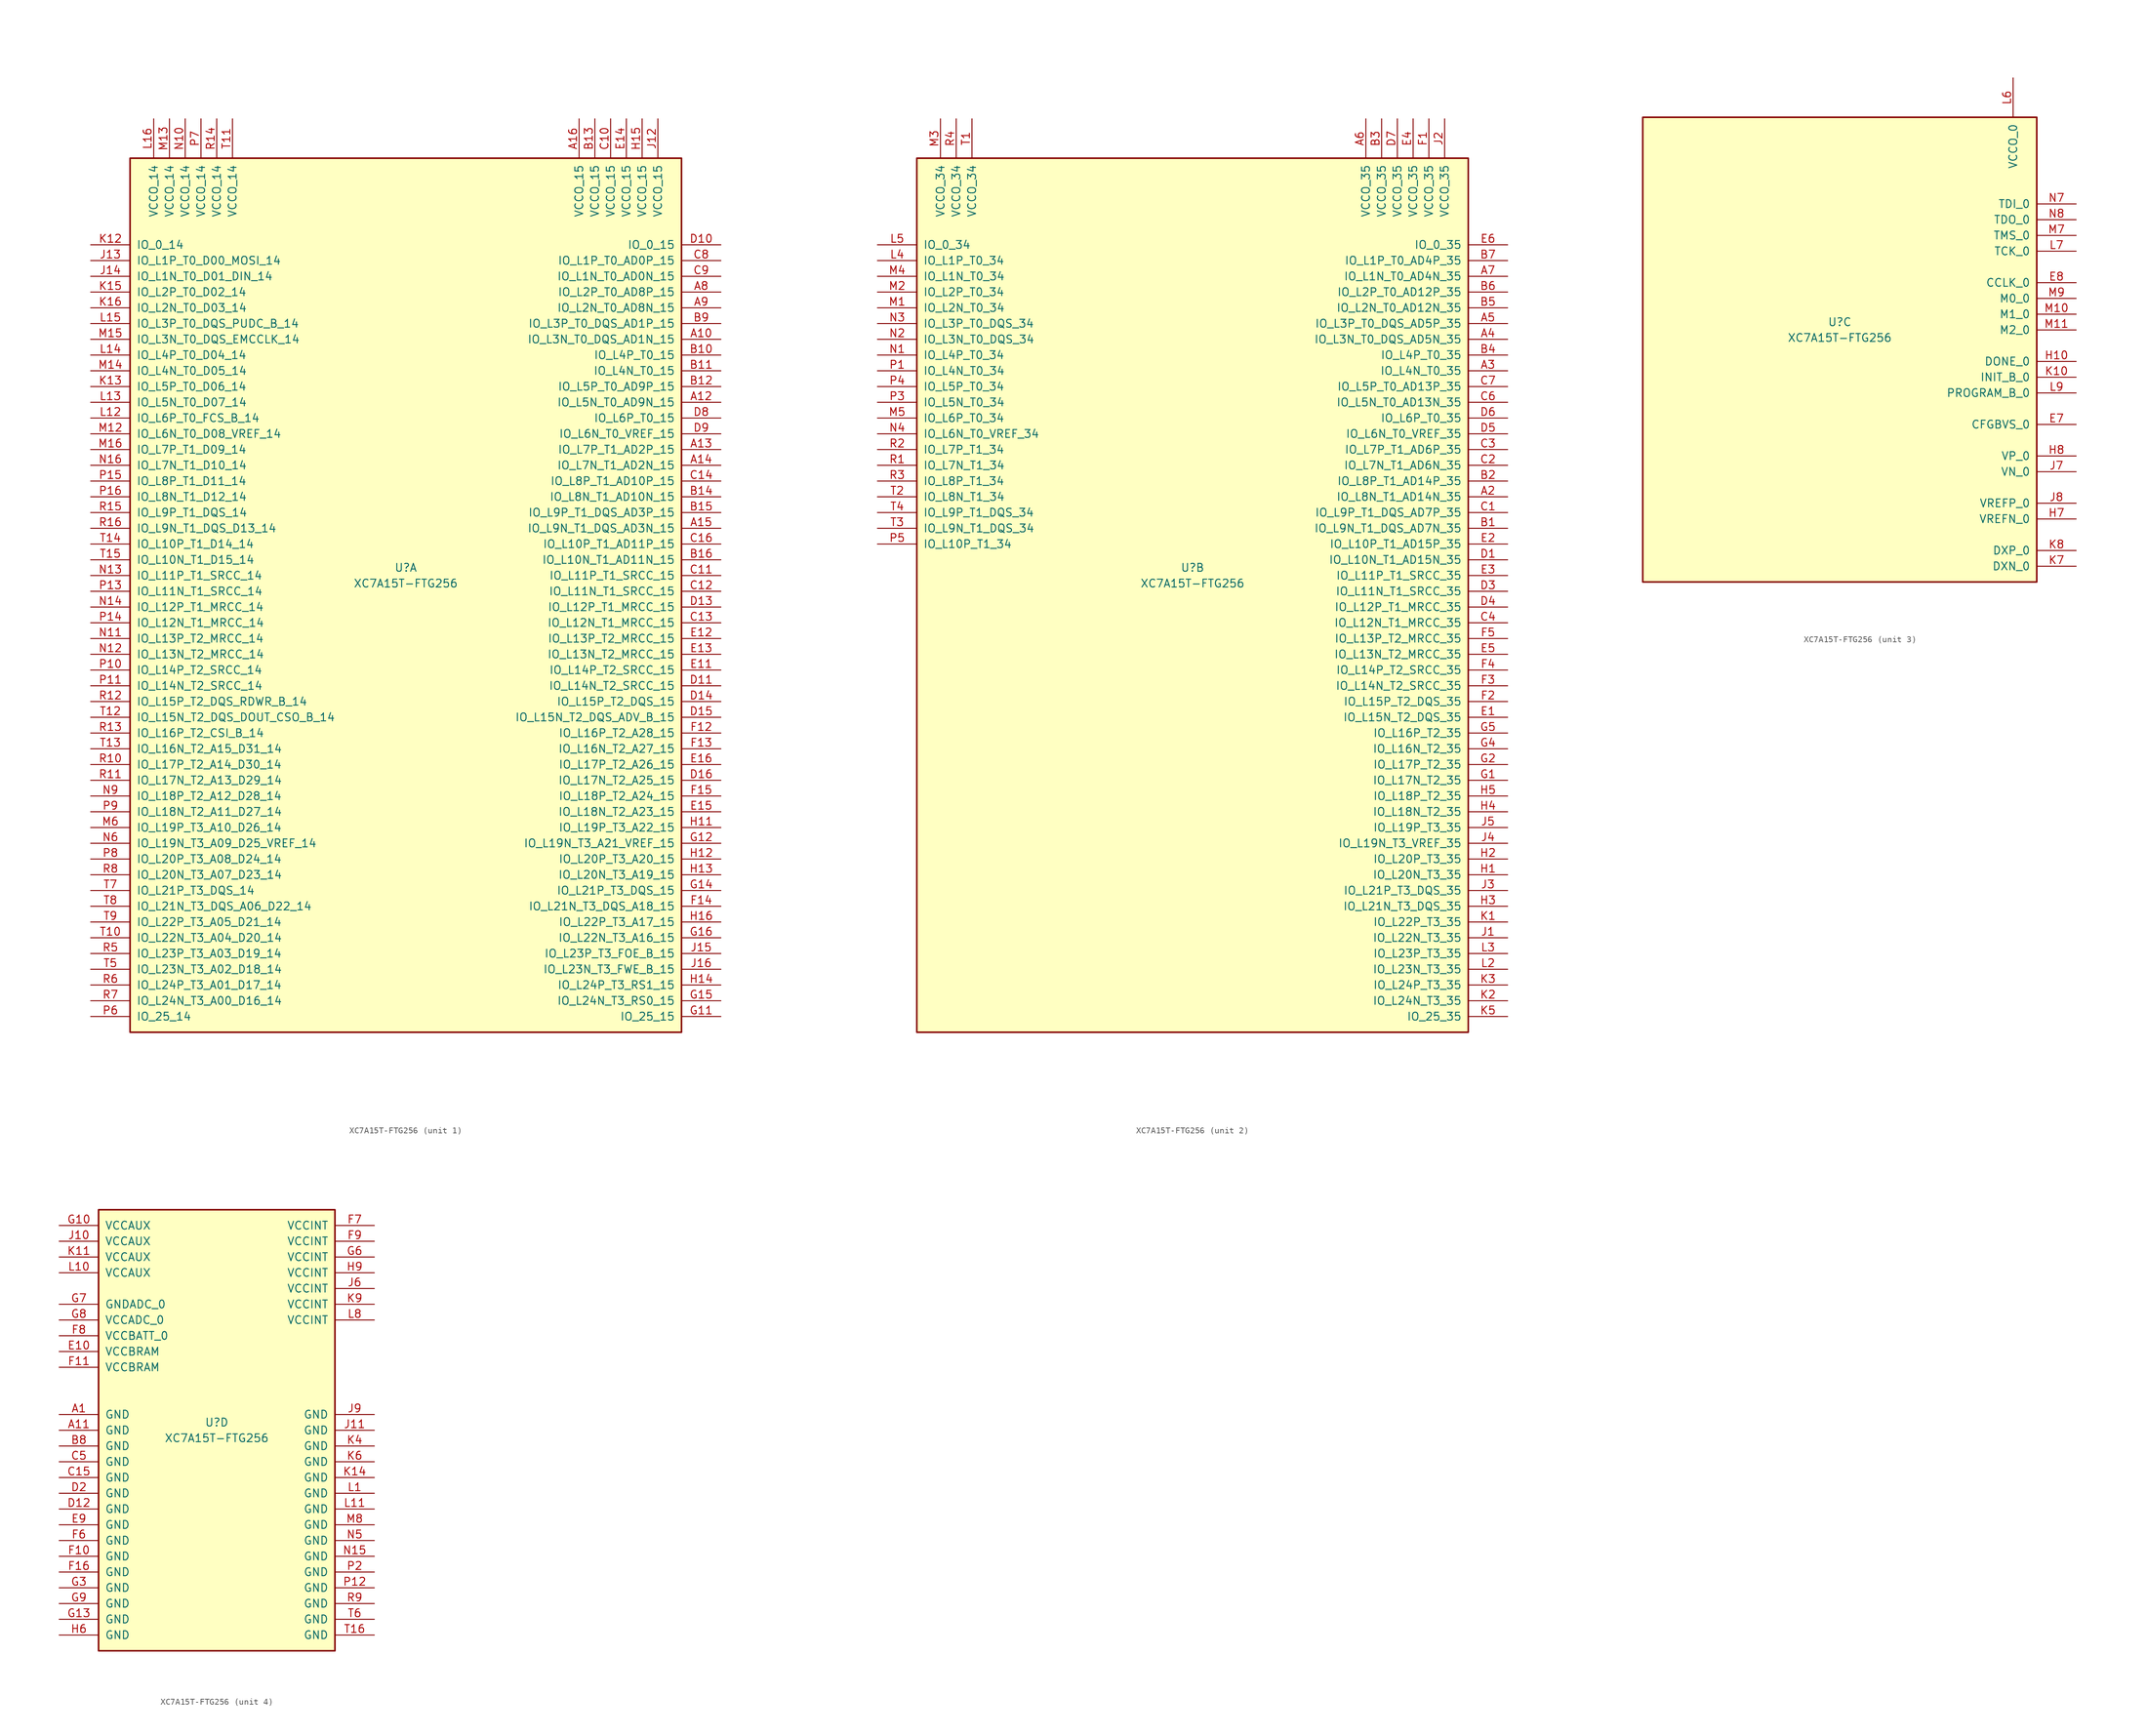
<source format=kicad_sym>
(kicad_symbol_lib
  (version 20201005)
  (generator kicad_symbol_editor)
  (symbol "XC7A15T-FTG256"
    (pin_names
      (offset 1.016))
    (property "Reference" "U"
      (at 0 1.27 0)
      (effects (font (size 1.27 1.27))))
    (property "Value" "XC7A15T-FTG256"
      (at 0 -1.27 0)
      (effects (font (size 1.27 1.27))))
    (property "Datasheet" ""
      (at 0 0 0)
      (effects (font (size 1.27 1.27))))
    (property "ki_locked" ""
      (at 0 0 0)
      (effects (font (size 1.27 1.27))))
    (symbol "XC7A15T-FTG256_1_1"
      (rectangle (start -44.45 67.31) (end 44.45 -73.66) (stroke (width 0.254)) (fill (type background)))
      (pin bidirectional line (at 50.8 38.1 180) (length 6.35) (name "IO_L3N_T0_DQS_AD1N_15" (effects (font (size 1.27 1.27)))) (number "A10" (effects (font (size 1.27 1.27)))))
      (pin bidirectional line (at 50.8 27.94 180) (length 6.35) (name "IO_L5N_T0_AD9N_15" (effects (font (size 1.27 1.27)))) (number "A12" (effects (font (size 1.27 1.27)))))
      (pin bidirectional line (at 50.8 20.32 180) (length 6.35) (name "IO_L7P_T1_AD2P_15" (effects (font (size 1.27 1.27)))) (number "A13" (effects (font (size 1.27 1.27)))))
      (pin bidirectional line (at 50.8 17.78 180) (length 6.35) (name "IO_L7N_T1_AD2N_15" (effects (font (size 1.27 1.27)))) (number "A14" (effects (font (size 1.27 1.27)))))
      (pin bidirectional line (at 50.8 7.62 180) (length 6.35) (name "IO_L9N_T1_DQS_AD3N_15" (effects (font (size 1.27 1.27)))) (number "A15" (effects (font (size 1.27 1.27)))))
      (pin power_in line (at 27.94 73.66 270) (length 6.35) (name "VCCO_15" (effects (font (size 1.27 1.27)))) (number "A16" (effects (font (size 1.27 1.27)))))
      (pin bidirectional line (at 50.8 45.72 180) (length 6.35) (name "IO_L2P_T0_AD8P_15" (effects (font (size 1.27 1.27)))) (number "A8" (effects (font (size 1.27 1.27)))))
      (pin bidirectional line (at 50.8 43.18 180) (length 6.35) (name "IO_L2N_T0_AD8N_15" (effects (font (size 1.27 1.27)))) (number "A9" (effects (font (size 1.27 1.27)))))
      (pin bidirectional line (at 50.8 35.56 180) (length 6.35) (name "IO_L4P_T0_15" (effects (font (size 1.27 1.27)))) (number "B10" (effects (font (size 1.27 1.27)))))
      (pin bidirectional line (at 50.8 33.02 180) (length 6.35) (name "IO_L4N_T0_15" (effects (font (size 1.27 1.27)))) (number "B11" (effects (font (size 1.27 1.27)))))
      (pin bidirectional line (at 50.8 30.48 180) (length 6.35) (name "IO_L5P_T0_AD9P_15" (effects (font (size 1.27 1.27)))) (number "B12" (effects (font (size 1.27 1.27)))))
      (pin power_in line (at 30.48 73.66 270) (length 6.35) (name "VCCO_15" (effects (font (size 1.27 1.27)))) (number "B13" (effects (font (size 1.27 1.27)))))
      (pin bidirectional line (at 50.8 12.7 180) (length 6.35) (name "IO_L8N_T1_AD10N_15" (effects (font (size 1.27 1.27)))) (number "B14" (effects (font (size 1.27 1.27)))))
      (pin bidirectional line (at 50.8 10.16 180) (length 6.35) (name "IO_L9P_T1_DQS_AD3P_15" (effects (font (size 1.27 1.27)))) (number "B15" (effects (font (size 1.27 1.27)))))
      (pin bidirectional line (at 50.8 2.54 180) (length 6.35) (name "IO_L10N_T1_AD11N_15" (effects (font (size 1.27 1.27)))) (number "B16" (effects (font (size 1.27 1.27)))))
      (pin bidirectional line (at 50.8 40.64 180) (length 6.35) (name "IO_L3P_T0_DQS_AD1P_15" (effects (font (size 1.27 1.27)))) (number "B9" (effects (font (size 1.27 1.27)))))
      (pin power_in line (at 33.02 73.66 270) (length 6.35) (name "VCCO_15" (effects (font (size 1.27 1.27)))) (number "C10" (effects (font (size 1.27 1.27)))))
      (pin bidirectional line (at 50.8 0 180) (length 6.35) (name "IO_L11P_T1_SRCC_15" (effects (font (size 1.27 1.27)))) (number "C11" (effects (font (size 1.27 1.27)))))
      (pin bidirectional line (at 50.8 -2.54 180) (length 6.35) (name "IO_L11N_T1_SRCC_15" (effects (font (size 1.27 1.27)))) (number "C12" (effects (font (size 1.27 1.27)))))
      (pin bidirectional line (at 50.8 -7.62 180) (length 6.35) (name "IO_L12N_T1_MRCC_15" (effects (font (size 1.27 1.27)))) (number "C13" (effects (font (size 1.27 1.27)))))
      (pin bidirectional line (at 50.8 15.24 180) (length 6.35) (name "IO_L8P_T1_AD10P_15" (effects (font (size 1.27 1.27)))) (number "C14" (effects (font (size 1.27 1.27)))))
      (pin bidirectional line (at 50.8 5.08 180) (length 6.35) (name "IO_L10P_T1_AD11P_15" (effects (font (size 1.27 1.27)))) (number "C16" (effects (font (size 1.27 1.27)))))
      (pin bidirectional line (at 50.8 50.8 180) (length 6.35) (name "IO_L1P_T0_AD0P_15" (effects (font (size 1.27 1.27)))) (number "C8" (effects (font (size 1.27 1.27)))))
      (pin bidirectional line (at 50.8 48.26 180) (length 6.35) (name "IO_L1N_T0_AD0N_15" (effects (font (size 1.27 1.27)))) (number "C9" (effects (font (size 1.27 1.27)))))
      (pin bidirectional line (at 50.8 53.34 180) (length 6.35) (name "IO_0_15" (effects (font (size 1.27 1.27)))) (number "D10" (effects (font (size 1.27 1.27)))))
      (pin bidirectional line (at 50.8 -17.78 180) (length 6.35) (name "IO_L14N_T2_SRCC_15" (effects (font (size 1.27 1.27)))) (number "D11" (effects (font (size 1.27 1.27)))))
      (pin bidirectional line (at 50.8 -5.08 180) (length 6.35) (name "IO_L12P_T1_MRCC_15" (effects (font (size 1.27 1.27)))) (number "D13" (effects (font (size 1.27 1.27)))))
      (pin bidirectional line (at 50.8 -20.32 180) (length 6.35) (name "IO_L15P_T2_DQS_15" (effects (font (size 1.27 1.27)))) (number "D14" (effects (font (size 1.27 1.27)))))
      (pin bidirectional line (at 50.8 -22.86 180) (length 6.35) (name "IO_L15N_T2_DQS_ADV_B_15" (effects (font (size 1.27 1.27)))) (number "D15" (effects (font (size 1.27 1.27)))))
      (pin bidirectional line (at 50.8 -33.02 180) (length 6.35) (name "IO_L17N_T2_A25_15" (effects (font (size 1.27 1.27)))) (number "D16" (effects (font (size 1.27 1.27)))))
      (pin bidirectional line (at 50.8 25.4 180) (length 6.35) (name "IO_L6P_T0_15" (effects (font (size 1.27 1.27)))) (number "D8" (effects (font (size 1.27 1.27)))))
      (pin bidirectional line (at 50.8 22.86 180) (length 6.35) (name "IO_L6N_T0_VREF_15" (effects (font (size 1.27 1.27)))) (number "D9" (effects (font (size 1.27 1.27)))))
      (pin bidirectional line (at 50.8 -15.24 180) (length 6.35) (name "IO_L14P_T2_SRCC_15" (effects (font (size 1.27 1.27)))) (number "E11" (effects (font (size 1.27 1.27)))))
      (pin bidirectional line (at 50.8 -10.16 180) (length 6.35) (name "IO_L13P_T2_MRCC_15" (effects (font (size 1.27 1.27)))) (number "E12" (effects (font (size 1.27 1.27)))))
      (pin bidirectional line (at 50.8 -12.7 180) (length 6.35) (name "IO_L13N_T2_MRCC_15" (effects (font (size 1.27 1.27)))) (number "E13" (effects (font (size 1.27 1.27)))))
      (pin power_in line (at 35.56 73.66 270) (length 6.35) (name "VCCO_15" (effects (font (size 1.27 1.27)))) (number "E14" (effects (font (size 1.27 1.27)))))
      (pin bidirectional line (at 50.8 -38.1 180) (length 6.35) (name "IO_L18N_T2_A23_15" (effects (font (size 1.27 1.27)))) (number "E15" (effects (font (size 1.27 1.27)))))
      (pin bidirectional line (at 50.8 -30.48 180) (length 6.35) (name "IO_L17P_T2_A26_15" (effects (font (size 1.27 1.27)))) (number "E16" (effects (font (size 1.27 1.27)))))
      (pin bidirectional line (at 50.8 -25.4 180) (length 6.35) (name "IO_L16P_T2_A28_15" (effects (font (size 1.27 1.27)))) (number "F12" (effects (font (size 1.27 1.27)))))
      (pin bidirectional line (at 50.8 -27.94 180) (length 6.35) (name "IO_L16N_T2_A27_15" (effects (font (size 1.27 1.27)))) (number "F13" (effects (font (size 1.27 1.27)))))
      (pin bidirectional line (at 50.8 -53.34 180) (length 6.35) (name "IO_L21N_T3_DQS_A18_15" (effects (font (size 1.27 1.27)))) (number "F14" (effects (font (size 1.27 1.27)))))
      (pin bidirectional line (at 50.8 -35.56 180) (length 6.35) (name "IO_L18P_T2_A24_15" (effects (font (size 1.27 1.27)))) (number "F15" (effects (font (size 1.27 1.27)))))
      (pin bidirectional line (at 50.8 -71.12 180) (length 6.35) (name "IO_25_15" (effects (font (size 1.27 1.27)))) (number "G11" (effects (font (size 1.27 1.27)))))
      (pin bidirectional line (at 50.8 -43.18 180) (length 6.35) (name "IO_L19N_T3_A21_VREF_15" (effects (font (size 1.27 1.27)))) (number "G12" (effects (font (size 1.27 1.27)))))
      (pin bidirectional line (at 50.8 -50.8 180) (length 6.35) (name "IO_L21P_T3_DQS_15" (effects (font (size 1.27 1.27)))) (number "G14" (effects (font (size 1.27 1.27)))))
      (pin bidirectional line (at 50.8 -68.58 180) (length 6.35) (name "IO_L24N_T3_RS0_15" (effects (font (size 1.27 1.27)))) (number "G15" (effects (font (size 1.27 1.27)))))
      (pin bidirectional line (at 50.8 -58.42 180) (length 6.35) (name "IO_L22N_T3_A16_15" (effects (font (size 1.27 1.27)))) (number "G16" (effects (font (size 1.27 1.27)))))
      (pin bidirectional line (at 50.8 -40.64 180) (length 6.35) (name "IO_L19P_T3_A22_15" (effects (font (size 1.27 1.27)))) (number "H11" (effects (font (size 1.27 1.27)))))
      (pin bidirectional line (at 50.8 -45.72 180) (length 6.35) (name "IO_L20P_T3_A20_15" (effects (font (size 1.27 1.27)))) (number "H12" (effects (font (size 1.27 1.27)))))
      (pin bidirectional line (at 50.8 -48.26 180) (length 6.35) (name "IO_L20N_T3_A19_15" (effects (font (size 1.27 1.27)))) (number "H13" (effects (font (size 1.27 1.27)))))
      (pin bidirectional line (at 50.8 -66.04 180) (length 6.35) (name "IO_L24P_T3_RS1_15" (effects (font (size 1.27 1.27)))) (number "H14" (effects (font (size 1.27 1.27)))))
      (pin power_in line (at 38.1 73.66 270) (length 6.35) (name "VCCO_15" (effects (font (size 1.27 1.27)))) (number "H15" (effects (font (size 1.27 1.27)))))
      (pin bidirectional line (at 50.8 -55.88 180) (length 6.35) (name "IO_L22P_T3_A17_15" (effects (font (size 1.27 1.27)))) (number "H16" (effects (font (size 1.27 1.27)))))
      (pin power_in line (at 40.64 73.66 270) (length 6.35) (name "VCCO_15" (effects (font (size 1.27 1.27)))) (number "J12" (effects (font (size 1.27 1.27)))))
      (pin bidirectional line (at -50.8 50.8 0) (length 6.35) (name "IO_L1P_T0_D00_MOSI_14" (effects (font (size 1.27 1.27)))) (number "J13" (effects (font (size 1.27 1.27)))))
      (pin bidirectional line (at -50.8 48.26 0) (length 6.35) (name "IO_L1N_T0_D01_DIN_14" (effects (font (size 1.27 1.27)))) (number "J14" (effects (font (size 1.27 1.27)))))
      (pin bidirectional line (at 50.8 -60.96 180) (length 6.35) (name "IO_L23P_T3_FOE_B_15" (effects (font (size 1.27 1.27)))) (number "J15" (effects (font (size 1.27 1.27)))))
      (pin bidirectional line (at 50.8 -63.5 180) (length 6.35) (name "IO_L23N_T3_FWE_B_15" (effects (font (size 1.27 1.27)))) (number "J16" (effects (font (size 1.27 1.27)))))
      (pin bidirectional line (at -50.8 53.34 0) (length 6.35) (name "IO_0_14" (effects (font (size 1.27 1.27)))) (number "K12" (effects (font (size 1.27 1.27)))))
      (pin bidirectional line (at -50.8 30.48 0) (length 6.35) (name "IO_L5P_T0_D06_14" (effects (font (size 1.27 1.27)))) (number "K13" (effects (font (size 1.27 1.27)))))
      (pin bidirectional line (at -50.8 45.72 0) (length 6.35) (name "IO_L2P_T0_D02_14" (effects (font (size 1.27 1.27)))) (number "K15" (effects (font (size 1.27 1.27)))))
      (pin bidirectional line (at -50.8 43.18 0) (length 6.35) (name "IO_L2N_T0_D03_14" (effects (font (size 1.27 1.27)))) (number "K16" (effects (font (size 1.27 1.27)))))
      (pin bidirectional line (at -50.8 25.4 0) (length 6.35) (name "IO_L6P_T0_FCS_B_14" (effects (font (size 1.27 1.27)))) (number "L12" (effects (font (size 1.27 1.27)))))
      (pin bidirectional line (at -50.8 27.94 0) (length 6.35) (name "IO_L5N_T0_D07_14" (effects (font (size 1.27 1.27)))) (number "L13" (effects (font (size 1.27 1.27)))))
      (pin bidirectional line (at -50.8 35.56 0) (length 6.35) (name "IO_L4P_T0_D04_14" (effects (font (size 1.27 1.27)))) (number "L14" (effects (font (size 1.27 1.27)))))
      (pin bidirectional line (at -50.8 40.64 0) (length 6.35) (name "IO_L3P_T0_DQS_PUDC_B_14" (effects (font (size 1.27 1.27)))) (number "L15" (effects (font (size 1.27 1.27)))))
      (pin power_in line (at -40.64 73.66 270) (length 6.35) (name "VCCO_14" (effects (font (size 1.27 1.27)))) (number "L16" (effects (font (size 1.27 1.27)))))
      (pin bidirectional line (at -50.8 22.86 0) (length 6.35) (name "IO_L6N_T0_D08_VREF_14" (effects (font (size 1.27 1.27)))) (number "M12" (effects (font (size 1.27 1.27)))))
      (pin power_in line (at -38.1 73.66 270) (length 6.35) (name "VCCO_14" (effects (font (size 1.27 1.27)))) (number "M13" (effects (font (size 1.27 1.27)))))
      (pin bidirectional line (at -50.8 33.02 0) (length 6.35) (name "IO_L4N_T0_D05_14" (effects (font (size 1.27 1.27)))) (number "M14" (effects (font (size 1.27 1.27)))))
      (pin bidirectional line (at -50.8 38.1 0) (length 6.35) (name "IO_L3N_T0_DQS_EMCCLK_14" (effects (font (size 1.27 1.27)))) (number "M15" (effects (font (size 1.27 1.27)))))
      (pin bidirectional line (at -50.8 20.32 0) (length 6.35) (name "IO_L7P_T1_D09_14" (effects (font (size 1.27 1.27)))) (number "M16" (effects (font (size 1.27 1.27)))))
      (pin bidirectional line (at -50.8 -40.64 0) (length 6.35) (name "IO_L19P_T3_A10_D26_14" (effects (font (size 1.27 1.27)))) (number "M6" (effects (font (size 1.27 1.27)))))
      (pin power_in line (at -35.56 73.66 270) (length 6.35) (name "VCCO_14" (effects (font (size 1.27 1.27)))) (number "N10" (effects (font (size 1.27 1.27)))))
      (pin bidirectional line (at -50.8 -10.16 0) (length 6.35) (name "IO_L13P_T2_MRCC_14" (effects (font (size 1.27 1.27)))) (number "N11" (effects (font (size 1.27 1.27)))))
      (pin bidirectional line (at -50.8 -12.7 0) (length 6.35) (name "IO_L13N_T2_MRCC_14" (effects (font (size 1.27 1.27)))) (number "N12" (effects (font (size 1.27 1.27)))))
      (pin bidirectional line (at -50.8 0 0) (length 6.35) (name "IO_L11P_T1_SRCC_14" (effects (font (size 1.27 1.27)))) (number "N13" (effects (font (size 1.27 1.27)))))
      (pin bidirectional line (at -50.8 -5.08 0) (length 6.35) (name "IO_L12P_T1_MRCC_14" (effects (font (size 1.27 1.27)))) (number "N14" (effects (font (size 1.27 1.27)))))
      (pin bidirectional line (at -50.8 17.78 0) (length 6.35) (name "IO_L7N_T1_D10_14" (effects (font (size 1.27 1.27)))) (number "N16" (effects (font (size 1.27 1.27)))))
      (pin bidirectional line (at -50.8 -43.18 0) (length 6.35) (name "IO_L19N_T3_A09_D25_VREF_14" (effects (font (size 1.27 1.27)))) (number "N6" (effects (font (size 1.27 1.27)))))
      (pin bidirectional line (at -50.8 -35.56 0) (length 6.35) (name "IO_L18P_T2_A12_D28_14" (effects (font (size 1.27 1.27)))) (number "N9" (effects (font (size 1.27 1.27)))))
      (pin bidirectional line (at -50.8 -15.24 0) (length 6.35) (name "IO_L14P_T2_SRCC_14" (effects (font (size 1.27 1.27)))) (number "P10" (effects (font (size 1.27 1.27)))))
      (pin bidirectional line (at -50.8 -17.78 0) (length 6.35) (name "IO_L14N_T2_SRCC_14" (effects (font (size 1.27 1.27)))) (number "P11" (effects (font (size 1.27 1.27)))))
      (pin bidirectional line (at -50.8 -2.54 0) (length 6.35) (name "IO_L11N_T1_SRCC_14" (effects (font (size 1.27 1.27)))) (number "P13" (effects (font (size 1.27 1.27)))))
      (pin bidirectional line (at -50.8 -7.62 0) (length 6.35) (name "IO_L12N_T1_MRCC_14" (effects (font (size 1.27 1.27)))) (number "P14" (effects (font (size 1.27 1.27)))))
      (pin bidirectional line (at -50.8 15.24 0) (length 6.35) (name "IO_L8P_T1_D11_14" (effects (font (size 1.27 1.27)))) (number "P15" (effects (font (size 1.27 1.27)))))
      (pin bidirectional line (at -50.8 12.7 0) (length 6.35) (name "IO_L8N_T1_D12_14" (effects (font (size 1.27 1.27)))) (number "P16" (effects (font (size 1.27 1.27)))))
      (pin bidirectional line (at -50.8 -71.12 0) (length 6.35) (name "IO_25_14" (effects (font (size 1.27 1.27)))) (number "P6" (effects (font (size 1.27 1.27)))))
      (pin power_in line (at -33.02 73.66 270) (length 6.35) (name "VCCO_14" (effects (font (size 1.27 1.27)))) (number "P7" (effects (font (size 1.27 1.27)))))
      (pin bidirectional line (at -50.8 -45.72 0) (length 6.35) (name "IO_L20P_T3_A08_D24_14" (effects (font (size 1.27 1.27)))) (number "P8" (effects (font (size 1.27 1.27)))))
      (pin bidirectional line (at -50.8 -38.1 0) (length 6.35) (name "IO_L18N_T2_A11_D27_14" (effects (font (size 1.27 1.27)))) (number "P9" (effects (font (size 1.27 1.27)))))
      (pin bidirectional line (at -50.8 -30.48 0) (length 6.35) (name "IO_L17P_T2_A14_D30_14" (effects (font (size 1.27 1.27)))) (number "R10" (effects (font (size 1.27 1.27)))))
      (pin bidirectional line (at -50.8 -33.02 0) (length 6.35) (name "IO_L17N_T2_A13_D29_14" (effects (font (size 1.27 1.27)))) (number "R11" (effects (font (size 1.27 1.27)))))
      (pin bidirectional line (at -50.8 -20.32 0) (length 6.35) (name "IO_L15P_T2_DQS_RDWR_B_14" (effects (font (size 1.27 1.27)))) (number "R12" (effects (font (size 1.27 1.27)))))
      (pin bidirectional line (at -50.8 -25.4 0) (length 6.35) (name "IO_L16P_T2_CSI_B_14" (effects (font (size 1.27 1.27)))) (number "R13" (effects (font (size 1.27 1.27)))))
      (pin power_in line (at -30.48 73.66 270) (length 6.35) (name "VCCO_14" (effects (font (size 1.27 1.27)))) (number "R14" (effects (font (size 1.27 1.27)))))
      (pin bidirectional line (at -50.8 10.16 0) (length 6.35) (name "IO_L9P_T1_DQS_14" (effects (font (size 1.27 1.27)))) (number "R15" (effects (font (size 1.27 1.27)))))
      (pin bidirectional line (at -50.8 7.62 0) (length 6.35) (name "IO_L9N_T1_DQS_D13_14" (effects (font (size 1.27 1.27)))) (number "R16" (effects (font (size 1.27 1.27)))))
      (pin bidirectional line (at -50.8 -60.96 0) (length 6.35) (name "IO_L23P_T3_A03_D19_14" (effects (font (size 1.27 1.27)))) (number "R5" (effects (font (size 1.27 1.27)))))
      (pin bidirectional line (at -50.8 -66.04 0) (length 6.35) (name "IO_L24P_T3_A01_D17_14" (effects (font (size 1.27 1.27)))) (number "R6" (effects (font (size 1.27 1.27)))))
      (pin bidirectional line (at -50.8 -68.58 0) (length 6.35) (name "IO_L24N_T3_A00_D16_14" (effects (font (size 1.27 1.27)))) (number "R7" (effects (font (size 1.27 1.27)))))
      (pin bidirectional line (at -50.8 -48.26 0) (length 6.35) (name "IO_L20N_T3_A07_D23_14" (effects (font (size 1.27 1.27)))) (number "R8" (effects (font (size 1.27 1.27)))))
      (pin bidirectional line (at -50.8 -58.42 0) (length 6.35) (name "IO_L22N_T3_A04_D20_14" (effects (font (size 1.27 1.27)))) (number "T10" (effects (font (size 1.27 1.27)))))
      (pin power_in line (at -27.94 73.66 270) (length 6.35) (name "VCCO_14" (effects (font (size 1.27 1.27)))) (number "T11" (effects (font (size 1.27 1.27)))))
      (pin bidirectional line (at -50.8 -22.86 0) (length 6.35) (name "IO_L15N_T2_DQS_DOUT_CSO_B_14" (effects (font (size 1.27 1.27)))) (number "T12" (effects (font (size 1.27 1.27)))))
      (pin bidirectional line (at -50.8 -27.94 0) (length 6.35) (name "IO_L16N_T2_A15_D31_14" (effects (font (size 1.27 1.27)))) (number "T13" (effects (font (size 1.27 1.27)))))
      (pin bidirectional line (at -50.8 5.08 0) (length 6.35) (name "IO_L10P_T1_D14_14" (effects (font (size 1.27 1.27)))) (number "T14" (effects (font (size 1.27 1.27)))))
      (pin bidirectional line (at -50.8 2.54 0) (length 6.35) (name "IO_L10N_T1_D15_14" (effects (font (size 1.27 1.27)))) (number "T15" (effects (font (size 1.27 1.27)))))
      (pin bidirectional line (at -50.8 -63.5 0) (length 6.35) (name "IO_L23N_T3_A02_D18_14" (effects (font (size 1.27 1.27)))) (number "T5" (effects (font (size 1.27 1.27)))))
      (pin bidirectional line (at -50.8 -50.8 0) (length 6.35) (name "IO_L21P_T3_DQS_14" (effects (font (size 1.27 1.27)))) (number "T7" (effects (font (size 1.27 1.27)))))
      (pin bidirectional line (at -50.8 -53.34 0) (length 6.35) (name "IO_L21N_T3_DQS_A06_D22_14" (effects (font (size 1.27 1.27)))) (number "T8" (effects (font (size 1.27 1.27)))))
      (pin bidirectional line (at -50.8 -55.88 0) (length 6.35) (name "IO_L22P_T3_A05_D21_14" (effects (font (size 1.27 1.27)))) (number "T9" (effects (font (size 1.27 1.27))))))
    (symbol "XC7A15T-FTG256_2_1"
      (rectangle (start -44.45 67.31) (end 44.45 -73.66) (stroke (width 0.254)) (fill (type background)))
      (pin bidirectional line (at 50.8 12.7 180) (length 6.35) (name "IO_L8N_T1_AD14N_35" (effects (font (size 1.27 1.27)))) (number "A2" (effects (font (size 1.27 1.27)))))
      (pin bidirectional line (at 50.8 33.02 180) (length 6.35) (name "IO_L4N_T0_35" (effects (font (size 1.27 1.27)))) (number "A3" (effects (font (size 1.27 1.27)))))
      (pin bidirectional line (at 50.8 38.1 180) (length 6.35) (name "IO_L3N_T0_DQS_AD5N_35" (effects (font (size 1.27 1.27)))) (number "A4" (effects (font (size 1.27 1.27)))))
      (pin bidirectional line (at 50.8 40.64 180) (length 6.35) (name "IO_L3P_T0_DQS_AD5P_35" (effects (font (size 1.27 1.27)))) (number "A5" (effects (font (size 1.27 1.27)))))
      (pin power_in line (at 27.94 73.66 270) (length 6.35) (name "VCCO_35" (effects (font (size 1.27 1.27)))) (number "A6" (effects (font (size 1.27 1.27)))))
      (pin bidirectional line (at 50.8 48.26 180) (length 6.35) (name "IO_L1N_T0_AD4N_35" (effects (font (size 1.27 1.27)))) (number "A7" (effects (font (size 1.27 1.27)))))
      (pin bidirectional line (at 50.8 7.62 180) (length 6.35) (name "IO_L9N_T1_DQS_AD7N_35" (effects (font (size 1.27 1.27)))) (number "B1" (effects (font (size 1.27 1.27)))))
      (pin bidirectional line (at 50.8 15.24 180) (length 6.35) (name "IO_L8P_T1_AD14P_35" (effects (font (size 1.27 1.27)))) (number "B2" (effects (font (size 1.27 1.27)))))
      (pin power_in line (at 30.48 73.66 270) (length 6.35) (name "VCCO_35" (effects (font (size 1.27 1.27)))) (number "B3" (effects (font (size 1.27 1.27)))))
      (pin bidirectional line (at 50.8 35.56 180) (length 6.35) (name "IO_L4P_T0_35" (effects (font (size 1.27 1.27)))) (number "B4" (effects (font (size 1.27 1.27)))))
      (pin bidirectional line (at 50.8 43.18 180) (length 6.35) (name "IO_L2N_T0_AD12N_35" (effects (font (size 1.27 1.27)))) (number "B5" (effects (font (size 1.27 1.27)))))
      (pin bidirectional line (at 50.8 45.72 180) (length 6.35) (name "IO_L2P_T0_AD12P_35" (effects (font (size 1.27 1.27)))) (number "B6" (effects (font (size 1.27 1.27)))))
      (pin bidirectional line (at 50.8 50.8 180) (length 6.35) (name "IO_L1P_T0_AD4P_35" (effects (font (size 1.27 1.27)))) (number "B7" (effects (font (size 1.27 1.27)))))
      (pin bidirectional line (at 50.8 10.16 180) (length 6.35) (name "IO_L9P_T1_DQS_AD7P_35" (effects (font (size 1.27 1.27)))) (number "C1" (effects (font (size 1.27 1.27)))))
      (pin bidirectional line (at 50.8 17.78 180) (length 6.35) (name "IO_L7N_T1_AD6N_35" (effects (font (size 1.27 1.27)))) (number "C2" (effects (font (size 1.27 1.27)))))
      (pin bidirectional line (at 50.8 20.32 180) (length 6.35) (name "IO_L7P_T1_AD6P_35" (effects (font (size 1.27 1.27)))) (number "C3" (effects (font (size 1.27 1.27)))))
      (pin bidirectional line (at 50.8 -7.62 180) (length 6.35) (name "IO_L12N_T1_MRCC_35" (effects (font (size 1.27 1.27)))) (number "C4" (effects (font (size 1.27 1.27)))))
      (pin bidirectional line (at 50.8 27.94 180) (length 6.35) (name "IO_L5N_T0_AD13N_35" (effects (font (size 1.27 1.27)))) (number "C6" (effects (font (size 1.27 1.27)))))
      (pin bidirectional line (at 50.8 30.48 180) (length 6.35) (name "IO_L5P_T0_AD13P_35" (effects (font (size 1.27 1.27)))) (number "C7" (effects (font (size 1.27 1.27)))))
      (pin bidirectional line (at 50.8 2.54 180) (length 6.35) (name "IO_L10N_T1_AD15N_35" (effects (font (size 1.27 1.27)))) (number "D1" (effects (font (size 1.27 1.27)))))
      (pin bidirectional line (at 50.8 -2.54 180) (length 6.35) (name "IO_L11N_T1_SRCC_35" (effects (font (size 1.27 1.27)))) (number "D3" (effects (font (size 1.27 1.27)))))
      (pin bidirectional line (at 50.8 -5.08 180) (length 6.35) (name "IO_L12P_T1_MRCC_35" (effects (font (size 1.27 1.27)))) (number "D4" (effects (font (size 1.27 1.27)))))
      (pin bidirectional line (at 50.8 22.86 180) (length 6.35) (name "IO_L6N_T0_VREF_35" (effects (font (size 1.27 1.27)))) (number "D5" (effects (font (size 1.27 1.27)))))
      (pin bidirectional line (at 50.8 25.4 180) (length 6.35) (name "IO_L6P_T0_35" (effects (font (size 1.27 1.27)))) (number "D6" (effects (font (size 1.27 1.27)))))
      (pin power_in line (at 33.02 73.66 270) (length 6.35) (name "VCCO_35" (effects (font (size 1.27 1.27)))) (number "D7" (effects (font (size 1.27 1.27)))))
      (pin bidirectional line (at 50.8 -22.86 180) (length 6.35) (name "IO_L15N_T2_DQS_35" (effects (font (size 1.27 1.27)))) (number "E1" (effects (font (size 1.27 1.27)))))
      (pin bidirectional line (at 50.8 5.08 180) (length 6.35) (name "IO_L10P_T1_AD15P_35" (effects (font (size 1.27 1.27)))) (number "E2" (effects (font (size 1.27 1.27)))))
      (pin bidirectional line (at 50.8 0 180) (length 6.35) (name "IO_L11P_T1_SRCC_35" (effects (font (size 1.27 1.27)))) (number "E3" (effects (font (size 1.27 1.27)))))
      (pin power_in line (at 35.56 73.66 270) (length 6.35) (name "VCCO_35" (effects (font (size 1.27 1.27)))) (number "E4" (effects (font (size 1.27 1.27)))))
      (pin bidirectional line (at 50.8 -12.7 180) (length 6.35) (name "IO_L13N_T2_MRCC_35" (effects (font (size 1.27 1.27)))) (number "E5" (effects (font (size 1.27 1.27)))))
      (pin bidirectional line (at 50.8 53.34 180) (length 6.35) (name "IO_0_35" (effects (font (size 1.27 1.27)))) (number "E6" (effects (font (size 1.27 1.27)))))
      (pin power_in line (at 38.1 73.66 270) (length 6.35) (name "VCCO_35" (effects (font (size 1.27 1.27)))) (number "F1" (effects (font (size 1.27 1.27)))))
      (pin bidirectional line (at 50.8 -20.32 180) (length 6.35) (name "IO_L15P_T2_DQS_35" (effects (font (size 1.27 1.27)))) (number "F2" (effects (font (size 1.27 1.27)))))
      (pin bidirectional line (at 50.8 -17.78 180) (length 6.35) (name "IO_L14N_T2_SRCC_35" (effects (font (size 1.27 1.27)))) (number "F3" (effects (font (size 1.27 1.27)))))
      (pin bidirectional line (at 50.8 -15.24 180) (length 6.35) (name "IO_L14P_T2_SRCC_35" (effects (font (size 1.27 1.27)))) (number "F4" (effects (font (size 1.27 1.27)))))
      (pin bidirectional line (at 50.8 -10.16 180) (length 6.35) (name "IO_L13P_T2_MRCC_35" (effects (font (size 1.27 1.27)))) (number "F5" (effects (font (size 1.27 1.27)))))
      (pin bidirectional line (at 50.8 -33.02 180) (length 6.35) (name "IO_L17N_T2_35" (effects (font (size 1.27 1.27)))) (number "G1" (effects (font (size 1.27 1.27)))))
      (pin bidirectional line (at 50.8 -30.48 180) (length 6.35) (name "IO_L17P_T2_35" (effects (font (size 1.27 1.27)))) (number "G2" (effects (font (size 1.27 1.27)))))
      (pin bidirectional line (at 50.8 -27.94 180) (length 6.35) (name "IO_L16N_T2_35" (effects (font (size 1.27 1.27)))) (number "G4" (effects (font (size 1.27 1.27)))))
      (pin bidirectional line (at 50.8 -25.4 180) (length 6.35) (name "IO_L16P_T2_35" (effects (font (size 1.27 1.27)))) (number "G5" (effects (font (size 1.27 1.27)))))
      (pin bidirectional line (at 50.8 -48.26 180) (length 6.35) (name "IO_L20N_T3_35" (effects (font (size 1.27 1.27)))) (number "H1" (effects (font (size 1.27 1.27)))))
      (pin bidirectional line (at 50.8 -45.72 180) (length 6.35) (name "IO_L20P_T3_35" (effects (font (size 1.27 1.27)))) (number "H2" (effects (font (size 1.27 1.27)))))
      (pin bidirectional line (at 50.8 -53.34 180) (length 6.35) (name "IO_L21N_T3_DQS_35" (effects (font (size 1.27 1.27)))) (number "H3" (effects (font (size 1.27 1.27)))))
      (pin bidirectional line (at 50.8 -38.1 180) (length 6.35) (name "IO_L18N_T2_35" (effects (font (size 1.27 1.27)))) (number "H4" (effects (font (size 1.27 1.27)))))
      (pin bidirectional line (at 50.8 -35.56 180) (length 6.35) (name "IO_L18P_T2_35" (effects (font (size 1.27 1.27)))) (number "H5" (effects (font (size 1.27 1.27)))))
      (pin bidirectional line (at 50.8 -58.42 180) (length 6.35) (name "IO_L22N_T3_35" (effects (font (size 1.27 1.27)))) (number "J1" (effects (font (size 1.27 1.27)))))
      (pin power_in line (at 40.64 73.66 270) (length 6.35) (name "VCCO_35" (effects (font (size 1.27 1.27)))) (number "J2" (effects (font (size 1.27 1.27)))))
      (pin bidirectional line (at 50.8 -50.8 180) (length 6.35) (name "IO_L21P_T3_DQS_35" (effects (font (size 1.27 1.27)))) (number "J3" (effects (font (size 1.27 1.27)))))
      (pin bidirectional line (at 50.8 -43.18 180) (length 6.35) (name "IO_L19N_T3_VREF_35" (effects (font (size 1.27 1.27)))) (number "J4" (effects (font (size 1.27 1.27)))))
      (pin bidirectional line (at 50.8 -40.64 180) (length 6.35) (name "IO_L19P_T3_35" (effects (font (size 1.27 1.27)))) (number "J5" (effects (font (size 1.27 1.27)))))
      (pin bidirectional line (at 50.8 -55.88 180) (length 6.35) (name "IO_L22P_T3_35" (effects (font (size 1.27 1.27)))) (number "K1" (effects (font (size 1.27 1.27)))))
      (pin bidirectional line (at 50.8 -68.58 180) (length 6.35) (name "IO_L24N_T3_35" (effects (font (size 1.27 1.27)))) (number "K2" (effects (font (size 1.27 1.27)))))
      (pin bidirectional line (at 50.8 -66.04 180) (length 6.35) (name "IO_L24P_T3_35" (effects (font (size 1.27 1.27)))) (number "K3" (effects (font (size 1.27 1.27)))))
      (pin bidirectional line (at 50.8 -71.12 180) (length 6.35) (name "IO_25_35" (effects (font (size 1.27 1.27)))) (number "K5" (effects (font (size 1.27 1.27)))))
      (pin bidirectional line (at 50.8 -63.5 180) (length 6.35) (name "IO_L23N_T3_35" (effects (font (size 1.27 1.27)))) (number "L2" (effects (font (size 1.27 1.27)))))
      (pin bidirectional line (at 50.8 -60.96 180) (length 6.35) (name "IO_L23P_T3_35" (effects (font (size 1.27 1.27)))) (number "L3" (effects (font (size 1.27 1.27)))))
      (pin bidirectional line (at -50.8 50.8 0) (length 6.35) (name "IO_L1P_T0_34" (effects (font (size 1.27 1.27)))) (number "L4" (effects (font (size 1.27 1.27)))))
      (pin bidirectional line (at -50.8 53.34 0) (length 6.35) (name "IO_0_34" (effects (font (size 1.27 1.27)))) (number "L5" (effects (font (size 1.27 1.27)))))
      (pin bidirectional line (at -50.8 43.18 0) (length 6.35) (name "IO_L2N_T0_34" (effects (font (size 1.27 1.27)))) (number "M1" (effects (font (size 1.27 1.27)))))
      (pin bidirectional line (at -50.8 45.72 0) (length 6.35) (name "IO_L2P_T0_34" (effects (font (size 1.27 1.27)))) (number "M2" (effects (font (size 1.27 1.27)))))
      (pin power_in line (at -40.64 73.66 270) (length 6.35) (name "VCCO_34" (effects (font (size 1.27 1.27)))) (number "M3" (effects (font (size 1.27 1.27)))))
      (pin bidirectional line (at -50.8 48.26 0) (length 6.35) (name "IO_L1N_T0_34" (effects (font (size 1.27 1.27)))) (number "M4" (effects (font (size 1.27 1.27)))))
      (pin bidirectional line (at -50.8 25.4 0) (length 6.35) (name "IO_L6P_T0_34" (effects (font (size 1.27 1.27)))) (number "M5" (effects (font (size 1.27 1.27)))))
      (pin bidirectional line (at -50.8 35.56 0) (length 6.35) (name "IO_L4P_T0_34" (effects (font (size 1.27 1.27)))) (number "N1" (effects (font (size 1.27 1.27)))))
      (pin bidirectional line (at -50.8 38.1 0) (length 6.35) (name "IO_L3N_T0_DQS_34" (effects (font (size 1.27 1.27)))) (number "N2" (effects (font (size 1.27 1.27)))))
      (pin bidirectional line (at -50.8 40.64 0) (length 6.35) (name "IO_L3P_T0_DQS_34" (effects (font (size 1.27 1.27)))) (number "N3" (effects (font (size 1.27 1.27)))))
      (pin bidirectional line (at -50.8 22.86 0) (length 6.35) (name "IO_L6N_T0_VREF_34" (effects (font (size 1.27 1.27)))) (number "N4" (effects (font (size 1.27 1.27)))))
      (pin bidirectional line (at -50.8 33.02 0) (length 6.35) (name "IO_L4N_T0_34" (effects (font (size 1.27 1.27)))) (number "P1" (effects (font (size 1.27 1.27)))))
      (pin bidirectional line (at -50.8 27.94 0) (length 6.35) (name "IO_L5N_T0_34" (effects (font (size 1.27 1.27)))) (number "P3" (effects (font (size 1.27 1.27)))))
      (pin bidirectional line (at -50.8 30.48 0) (length 6.35) (name "IO_L5P_T0_34" (effects (font (size 1.27 1.27)))) (number "P4" (effects (font (size 1.27 1.27)))))
      (pin bidirectional line (at -50.8 5.08 0) (length 6.35) (name "IO_L10P_T1_34" (effects (font (size 1.27 1.27)))) (number "P5" (effects (font (size 1.27 1.27)))))
      (pin bidirectional line (at -50.8 17.78 0) (length 6.35) (name "IO_L7N_T1_34" (effects (font (size 1.27 1.27)))) (number "R1" (effects (font (size 1.27 1.27)))))
      (pin bidirectional line (at -50.8 20.32 0) (length 6.35) (name "IO_L7P_T1_34" (effects (font (size 1.27 1.27)))) (number "R2" (effects (font (size 1.27 1.27)))))
      (pin bidirectional line (at -50.8 15.24 0) (length 6.35) (name "IO_L8P_T1_34" (effects (font (size 1.27 1.27)))) (number "R3" (effects (font (size 1.27 1.27)))))
      (pin power_in line (at -38.1 73.66 270) (length 6.35) (name "VCCO_34" (effects (font (size 1.27 1.27)))) (number "R4" (effects (font (size 1.27 1.27)))))
      (pin power_in line (at -35.56 73.66 270) (length 6.35) (name "VCCO_34" (effects (font (size 1.27 1.27)))) (number "T1" (effects (font (size 1.27 1.27)))))
      (pin bidirectional line (at -50.8 12.7 0) (length 6.35) (name "IO_L8N_T1_34" (effects (font (size 1.27 1.27)))) (number "T2" (effects (font (size 1.27 1.27)))))
      (pin bidirectional line (at -50.8 7.62 0) (length 6.35) (name "IO_L9N_T1_DQS_34" (effects (font (size 1.27 1.27)))) (number "T3" (effects (font (size 1.27 1.27)))))
      (pin bidirectional line (at -50.8 10.16 0) (length 6.35) (name "IO_L9P_T1_DQS_34" (effects (font (size 1.27 1.27)))) (number "T4" (effects (font (size 1.27 1.27))))))
    (symbol "XC7A15T-FTG256_3_1"
      (rectangle (start -31.75 34.29) (end 31.75 -40.64) (stroke (width 0.254)) (fill (type background)))
      (pin bidirectional line (at 38.1 -15.24 180) (length 6.35) (name "CFGBVS_0" (effects (font (size 1.27 1.27)))) (number "E7" (effects (font (size 1.27 1.27)))))
      (pin bidirectional line (at 38.1 7.62 180) (length 6.35) (name "CCLK_0" (effects (font (size 1.27 1.27)))) (number "E8" (effects (font (size 1.27 1.27)))))
      (pin bidirectional line (at 38.1 -5.08 180) (length 6.35) (name "DONE_0" (effects (font (size 1.27 1.27)))) (number "H10" (effects (font (size 1.27 1.27)))))
      (pin bidirectional line (at 38.1 -30.48 180) (length 6.35) (name "VREFN_0" (effects (font (size 1.27 1.27)))) (number "H7" (effects (font (size 1.27 1.27)))))
      (pin bidirectional line (at 38.1 -20.32 180) (length 6.35) (name "VP_0" (effects (font (size 1.27 1.27)))) (number "H8" (effects (font (size 1.27 1.27)))))
      (pin bidirectional line (at 38.1 -22.86 180) (length 6.35) (name "VN_0" (effects (font (size 1.27 1.27)))) (number "J7" (effects (font (size 1.27 1.27)))))
      (pin bidirectional line (at 38.1 -27.94 180) (length 6.35) (name "VREFP_0" (effects (font (size 1.27 1.27)))) (number "J8" (effects (font (size 1.27 1.27)))))
      (pin bidirectional line (at 38.1 -7.62 180) (length 6.35) (name "INIT_B_0" (effects (font (size 1.27 1.27)))) (number "K10" (effects (font (size 1.27 1.27)))))
      (pin bidirectional line (at 38.1 -38.1 180) (length 6.35) (name "DXN_0" (effects (font (size 1.27 1.27)))) (number "K7" (effects (font (size 1.27 1.27)))))
      (pin bidirectional line (at 38.1 -35.56 180) (length 6.35) (name "DXP_0" (effects (font (size 1.27 1.27)))) (number "K8" (effects (font (size 1.27 1.27)))))
      (pin power_in line (at 27.94 40.64 270) (length 6.35) (name "VCCO_0" (effects (font (size 1.27 1.27)))) (number "L6" (effects (font (size 1.27 1.27)))))
      (pin bidirectional line (at 38.1 12.7 180) (length 6.35) (name "TCK_0" (effects (font (size 1.27 1.27)))) (number "L7" (effects (font (size 1.27 1.27)))))
      (pin bidirectional line (at 38.1 -10.16 180) (length 6.35) (name "PROGRAM_B_0" (effects (font (size 1.27 1.27)))) (number "L9" (effects (font (size 1.27 1.27)))))
      (pin bidirectional line (at 38.1 2.54 180) (length 6.35) (name "M1_0" (effects (font (size 1.27 1.27)))) (number "M10" (effects (font (size 1.27 1.27)))))
      (pin bidirectional line (at 38.1 0 180) (length 6.35) (name "M2_0" (effects (font (size 1.27 1.27)))) (number "M11" (effects (font (size 1.27 1.27)))))
      (pin bidirectional line (at 38.1 15.24 180) (length 6.35) (name "TMS_0" (effects (font (size 1.27 1.27)))) (number "M7" (effects (font (size 1.27 1.27)))))
      (pin bidirectional line (at 38.1 5.08 180) (length 6.35) (name "M0_0" (effects (font (size 1.27 1.27)))) (number "M9" (effects (font (size 1.27 1.27)))))
      (pin bidirectional line (at 38.1 20.32 180) (length 6.35) (name "TDI_0" (effects (font (size 1.27 1.27)))) (number "N7" (effects (font (size 1.27 1.27)))))
      (pin bidirectional line (at 38.1 17.78 180) (length 6.35) (name "TDO_0" (effects (font (size 1.27 1.27)))) (number "N8" (effects (font (size 1.27 1.27))))))
    (symbol "XC7A15T-FTG256_4_1"
      (rectangle (start -19.05 35.56) (end 19.05 -35.56) (stroke (width 0.254)) (fill (type background)))
      (pin power_in line (at -25.4 2.54 0) (length 6.35) (name "GND" (effects (font (size 1.27 1.27)))) (number "A1" (effects (font (size 1.27 1.27)))))
      (pin power_in line (at -25.4 0 0) (length 6.35) (name "GND" (effects (font (size 1.27 1.27)))) (number "A11" (effects (font (size 1.27 1.27)))))
      (pin power_in line (at -25.4 -2.54 0) (length 6.35) (name "GND" (effects (font (size 1.27 1.27)))) (number "B8" (effects (font (size 1.27 1.27)))))
      (pin power_in line (at -25.4 -7.62 0) (length 6.35) (name "GND" (effects (font (size 1.27 1.27)))) (number "C15" (effects (font (size 1.27 1.27)))))
      (pin power_in line (at -25.4 -5.08 0) (length 6.35) (name "GND" (effects (font (size 1.27 1.27)))) (number "C5" (effects (font (size 1.27 1.27)))))
      (pin power_in line (at -25.4 -12.7 0) (length 6.35) (name "GND" (effects (font (size 1.27 1.27)))) (number "D12" (effects (font (size 1.27 1.27)))))
      (pin power_in line (at -25.4 -10.16 0) (length 6.35) (name "GND" (effects (font (size 1.27 1.27)))) (number "D2" (effects (font (size 1.27 1.27)))))
      (pin power_in line (at -25.4 12.7 0) (length 6.35) (name "VCCBRAM" (effects (font (size 1.27 1.27)))) (number "E10" (effects (font (size 1.27 1.27)))))
      (pin power_in line (at -25.4 -15.24 0) (length 6.35) (name "GND" (effects (font (size 1.27 1.27)))) (number "E9" (effects (font (size 1.27 1.27)))))
      (pin power_in line (at -25.4 -20.32 0) (length 6.35) (name "GND" (effects (font (size 1.27 1.27)))) (number "F10" (effects (font (size 1.27 1.27)))))
      (pin power_in line (at -25.4 10.16 0) (length 6.35) (name "VCCBRAM" (effects (font (size 1.27 1.27)))) (number "F11" (effects (font (size 1.27 1.27)))))
      (pin power_in line (at -25.4 -22.86 0) (length 6.35) (name "GND" (effects (font (size 1.27 1.27)))) (number "F16" (effects (font (size 1.27 1.27)))))
      (pin power_in line (at -25.4 -17.78 0) (length 6.35) (name "GND" (effects (font (size 1.27 1.27)))) (number "F6" (effects (font (size 1.27 1.27)))))
      (pin power_in line (at 25.4 33.02 180) (length 6.35) (name "VCCINT" (effects (font (size 1.27 1.27)))) (number "F7" (effects (font (size 1.27 1.27)))))
      (pin power_in line (at -25.4 15.24 0) (length 6.35) (name "VCCBATT_0" (effects (font (size 1.27 1.27)))) (number "F8" (effects (font (size 1.27 1.27)))))
      (pin power_in line (at 25.4 30.48 180) (length 6.35) (name "VCCINT" (effects (font (size 1.27 1.27)))) (number "F9" (effects (font (size 1.27 1.27)))))
      (pin power_in line (at -25.4 33.02 0) (length 6.35) (name "VCCAUX" (effects (font (size 1.27 1.27)))) (number "G10" (effects (font (size 1.27 1.27)))))
      (pin power_in line (at -25.4 -30.48 0) (length 6.35) (name "GND" (effects (font (size 1.27 1.27)))) (number "G13" (effects (font (size 1.27 1.27)))))
      (pin power_in line (at -25.4 -25.4 0) (length 6.35) (name "GND" (effects (font (size 1.27 1.27)))) (number "G3" (effects (font (size 1.27 1.27)))))
      (pin power_in line (at 25.4 27.94 180) (length 6.35) (name "VCCINT" (effects (font (size 1.27 1.27)))) (number "G6" (effects (font (size 1.27 1.27)))))
      (pin power_in line (at -25.4 20.32 0) (length 6.35) (name "GNDADC_0" (effects (font (size 1.27 1.27)))) (number "G7" (effects (font (size 1.27 1.27)))))
      (pin power_in line (at -25.4 17.78 0) (length 6.35) (name "VCCADC_0" (effects (font (size 1.27 1.27)))) (number "G8" (effects (font (size 1.27 1.27)))))
      (pin power_in line (at -25.4 -27.94 0) (length 6.35) (name "GND" (effects (font (size 1.27 1.27)))) (number "G9" (effects (font (size 1.27 1.27)))))
      (pin power_in line (at -25.4 -33.02 0) (length 6.35) (name "GND" (effects (font (size 1.27 1.27)))) (number "H6" (effects (font (size 1.27 1.27)))))
      (pin power_in line (at 25.4 25.4 180) (length 6.35) (name "VCCINT" (effects (font (size 1.27 1.27)))) (number "H9" (effects (font (size 1.27 1.27)))))
      (pin power_in line (at -25.4 30.48 0) (length 6.35) (name "VCCAUX" (effects (font (size 1.27 1.27)))) (number "J10" (effects (font (size 1.27 1.27)))))
      (pin power_in line (at 25.4 0 180) (length 6.35) (name "GND" (effects (font (size 1.27 1.27)))) (number "J11" (effects (font (size 1.27 1.27)))))
      (pin power_in line (at 25.4 22.86 180) (length 6.35) (name "VCCINT" (effects (font (size 1.27 1.27)))) (number "J6" (effects (font (size 1.27 1.27)))))
      (pin power_in line (at 25.4 2.54 180) (length 6.35) (name "GND" (effects (font (size 1.27 1.27)))) (number "J9" (effects (font (size 1.27 1.27)))))
      (pin power_in line (at -25.4 27.94 0) (length 6.35) (name "VCCAUX" (effects (font (size 1.27 1.27)))) (number "K11" (effects (font (size 1.27 1.27)))))
      (pin power_in line (at 25.4 -7.62 180) (length 6.35) (name "GND" (effects (font (size 1.27 1.27)))) (number "K14" (effects (font (size 1.27 1.27)))))
      (pin power_in line (at 25.4 -2.54 180) (length 6.35) (name "GND" (effects (font (size 1.27 1.27)))) (number "K4" (effects (font (size 1.27 1.27)))))
      (pin power_in line (at 25.4 -5.08 180) (length 6.35) (name "GND" (effects (font (size 1.27 1.27)))) (number "K6" (effects (font (size 1.27 1.27)))))
      (pin power_in line (at 25.4 20.32 180) (length 6.35) (name "VCCINT" (effects (font (size 1.27 1.27)))) (number "K9" (effects (font (size 1.27 1.27)))))
      (pin power_in line (at 25.4 -10.16 180) (length 6.35) (name "GND" (effects (font (size 1.27 1.27)))) (number "L1" (effects (font (size 1.27 1.27)))))
      (pin power_in line (at -25.4 25.4 0) (length 6.35) (name "VCCAUX" (effects (font (size 1.27 1.27)))) (number "L10" (effects (font (size 1.27 1.27)))))
      (pin power_in line (at 25.4 -12.7 180) (length 6.35) (name "GND" (effects (font (size 1.27 1.27)))) (number "L11" (effects (font (size 1.27 1.27)))))
      (pin power_in line (at 25.4 17.78 180) (length 6.35) (name "VCCINT" (effects (font (size 1.27 1.27)))) (number "L8" (effects (font (size 1.27 1.27)))))
      (pin power_in line (at 25.4 -15.24 180) (length 6.35) (name "GND" (effects (font (size 1.27 1.27)))) (number "M8" (effects (font (size 1.27 1.27)))))
      (pin power_in line (at 25.4 -20.32 180) (length 6.35) (name "GND" (effects (font (size 1.27 1.27)))) (number "N15" (effects (font (size 1.27 1.27)))))
      (pin power_in line (at 25.4 -17.78 180) (length 6.35) (name "GND" (effects (font (size 1.27 1.27)))) (number "N5" (effects (font (size 1.27 1.27)))))
      (pin power_in line (at 25.4 -25.4 180) (length 6.35) (name "GND" (effects (font (size 1.27 1.27)))) (number "P12" (effects (font (size 1.27 1.27)))))
      (pin power_in line (at 25.4 -22.86 180) (length 6.35) (name "GND" (effects (font (size 1.27 1.27)))) (number "P2" (effects (font (size 1.27 1.27)))))
      (pin power_in line (at 25.4 -27.94 180) (length 6.35) (name "GND" (effects (font (size 1.27 1.27)))) (number "R9" (effects (font (size 1.27 1.27)))))
      (pin power_in line (at 25.4 -33.02 180) (length 6.35) (name "GND" (effects (font (size 1.27 1.27)))) (number "T16" (effects (font (size 1.27 1.27)))))
      (pin power_in line (at 25.4 -30.48 180) (length 6.35) (name "GND" (effects (font (size 1.27 1.27)))) (number "T6" (effects (font (size 1.27 1.27))))))))
</source>
